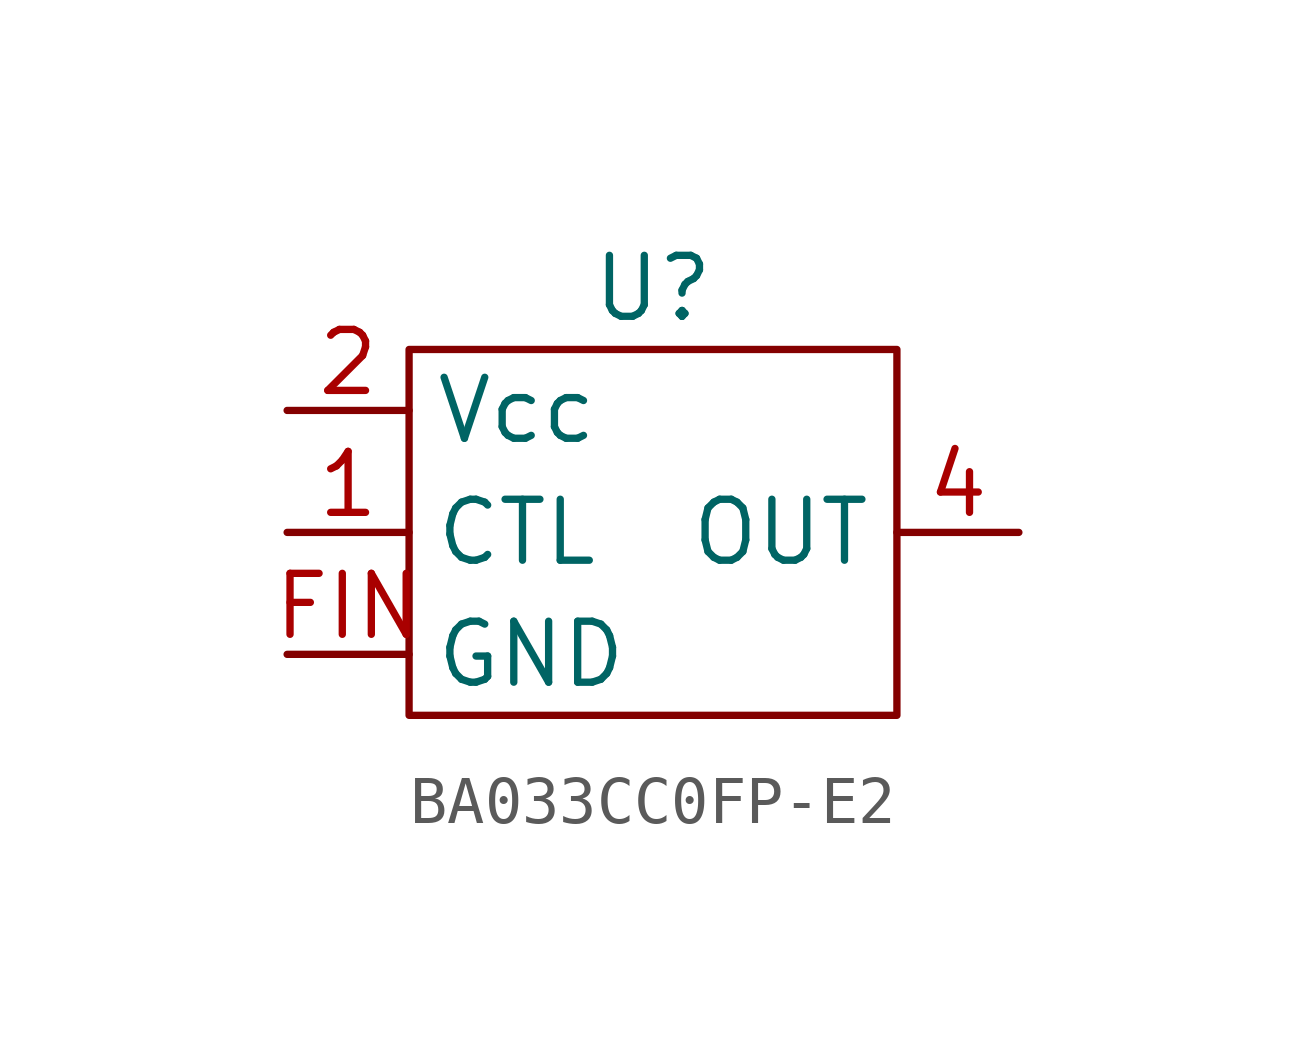
<source format=kicad_sym>
(kicad_symbol_lib
  (version 20220914)
  (generator kicad_symbol_editor)
  (symbol "BA033CC0FP-E2"
    (property "Reference" "U"
      (at 0 5.08 0)
      (effects (font (size 1.27 1.27))))
    (property "Value" ""
      (at -1.27 1.27 0)
      (effects (font (size 1.27 1.27))))
    (symbol "BA033CC0FP-E2_0_1"
      (rectangle (start -5.08 3.81) (end 5.08 -3.81) (stroke (width 0) (type default)) (fill (type none))))
    (symbol "BA033CC0FP-E2_1_1"
      (pin input line (at -7.62 0 0) (length 2.54) (name "CTL" (effects (font (size 1.27 1.27)))) (number "1" (effects (font (size 1.27 1.27)))))
      (pin power_in line (at -7.62 2.54 0) (length 2.54) (name "Vcc" (effects (font (size 1.27 1.27)))) (number "2" (effects (font (size 1.27 1.27)))))
      (pin power_out line (at 7.62 0 180) (length 2.54) (name "OUT" (effects (font (size 1.27 1.27)))) (number "4" (effects (font (size 1.27 1.27)))))
      (pin input line (at -7.62 -2.54 0) (length 2.54) (name "GND" (effects (font (size 1.27 1.27)))) (number "FIN" (effects (font (size 1.27 1.27))))))))
</source>
